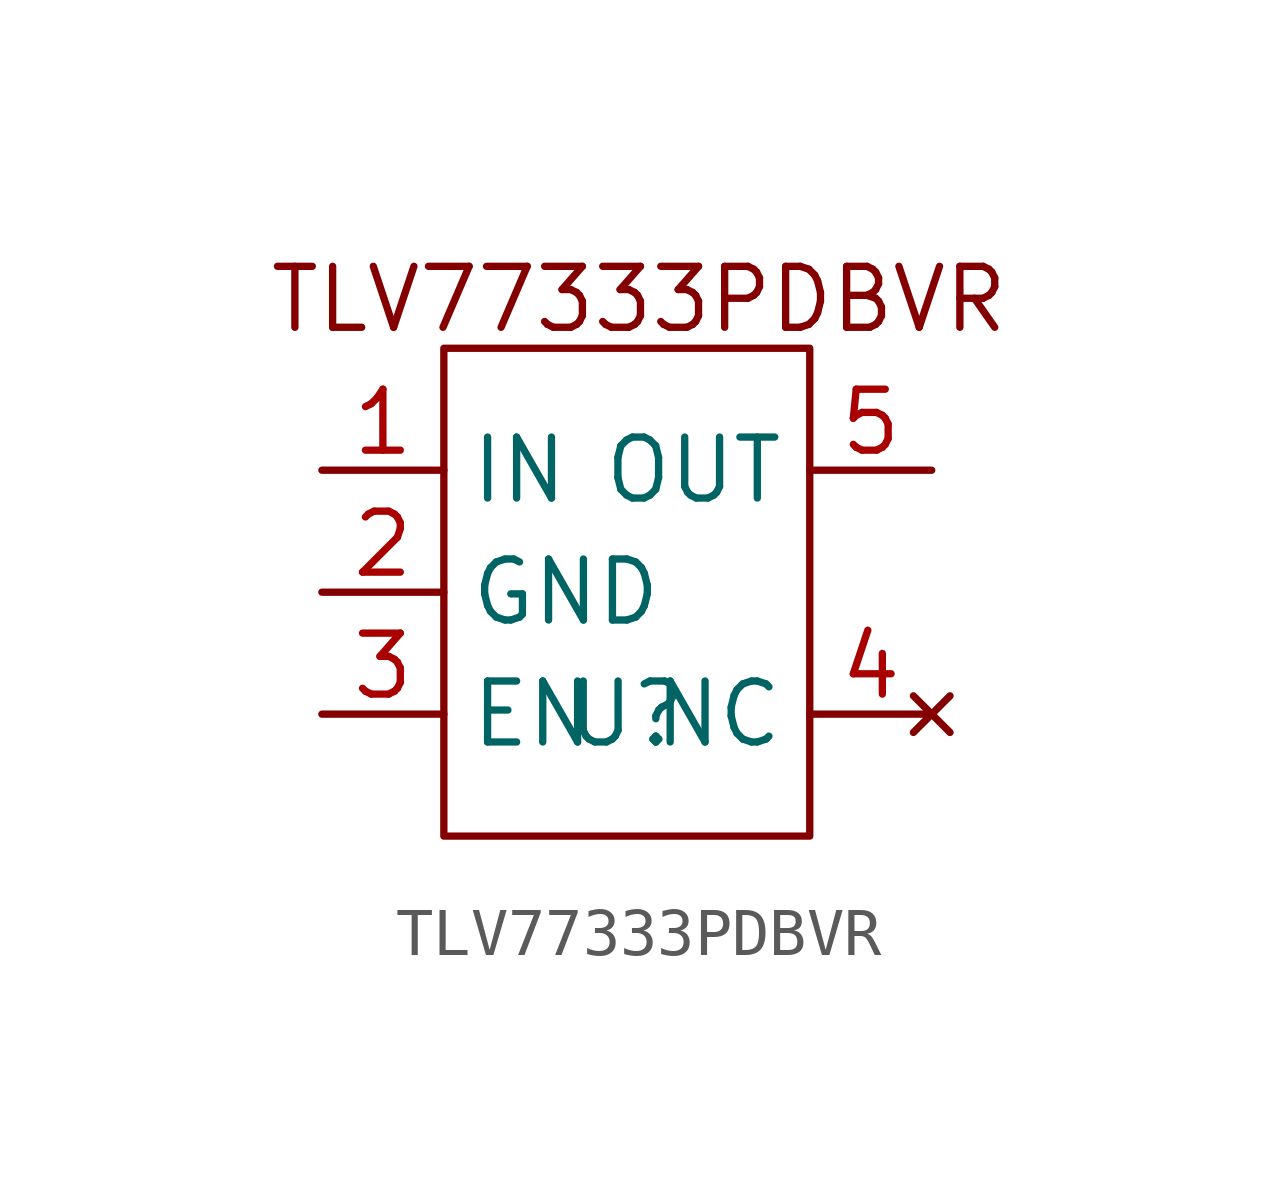
<source format=kicad_sym>
(kicad_symbol_lib
  (version 20231120)
  (generator "kicad_symbol_editor")
  (generator_version "8.0")
  (symbol "TLV77333PDBVR"
    (property "Reference" "U"
      (at 0 -2.54 0)
      (effects (font (size 1.27 1.27))))
    (property "Value" ""
      (at 0 0 0)
      (effects (font (size 1.27 1.27))))
    (symbol "TLV77333PDBVR_0_1"
      (rectangle (start -3.81 5.08) (end 3.81 -5.08) (stroke (width 0) (type default)) (fill (type none))))
    (symbol "TLV77333PDBVR_1_1"
      (text "TLV77333PDBVR" (at 0.254 6.096 0) (effects (font (size 1.27 1.27))))
      (pin input line (at -6.35 2.54 0) (length 2.54) (name "IN" (effects (font (size 1.27 1.27)))) (number "1" (effects (font (size 1.27 1.27)))))
      (pin input line (at -6.35 0 0) (length 2.54) (name "GND" (effects (font (size 1.27 1.27)))) (number "2" (effects (font (size 1.27 1.27)))))
      (pin input line (at -6.35 -2.54 0) (length 2.54) (name "EN" (effects (font (size 1.27 1.27)))) (number "3" (effects (font (size 1.27 1.27)))))
      (pin no_connect line (at 6.35 -2.54 180) (length 2.54) (name "NC" (effects (font (size 1.27 1.27)))) (number "4" (effects (font (size 1.27 1.27)))))
      (pin output line (at 6.35 2.54 180) (length 2.54) (name "OUT" (effects (font (size 1.27 1.27)))) (number "5" (effects (font (size 1.27 1.27))))))))
</source>
